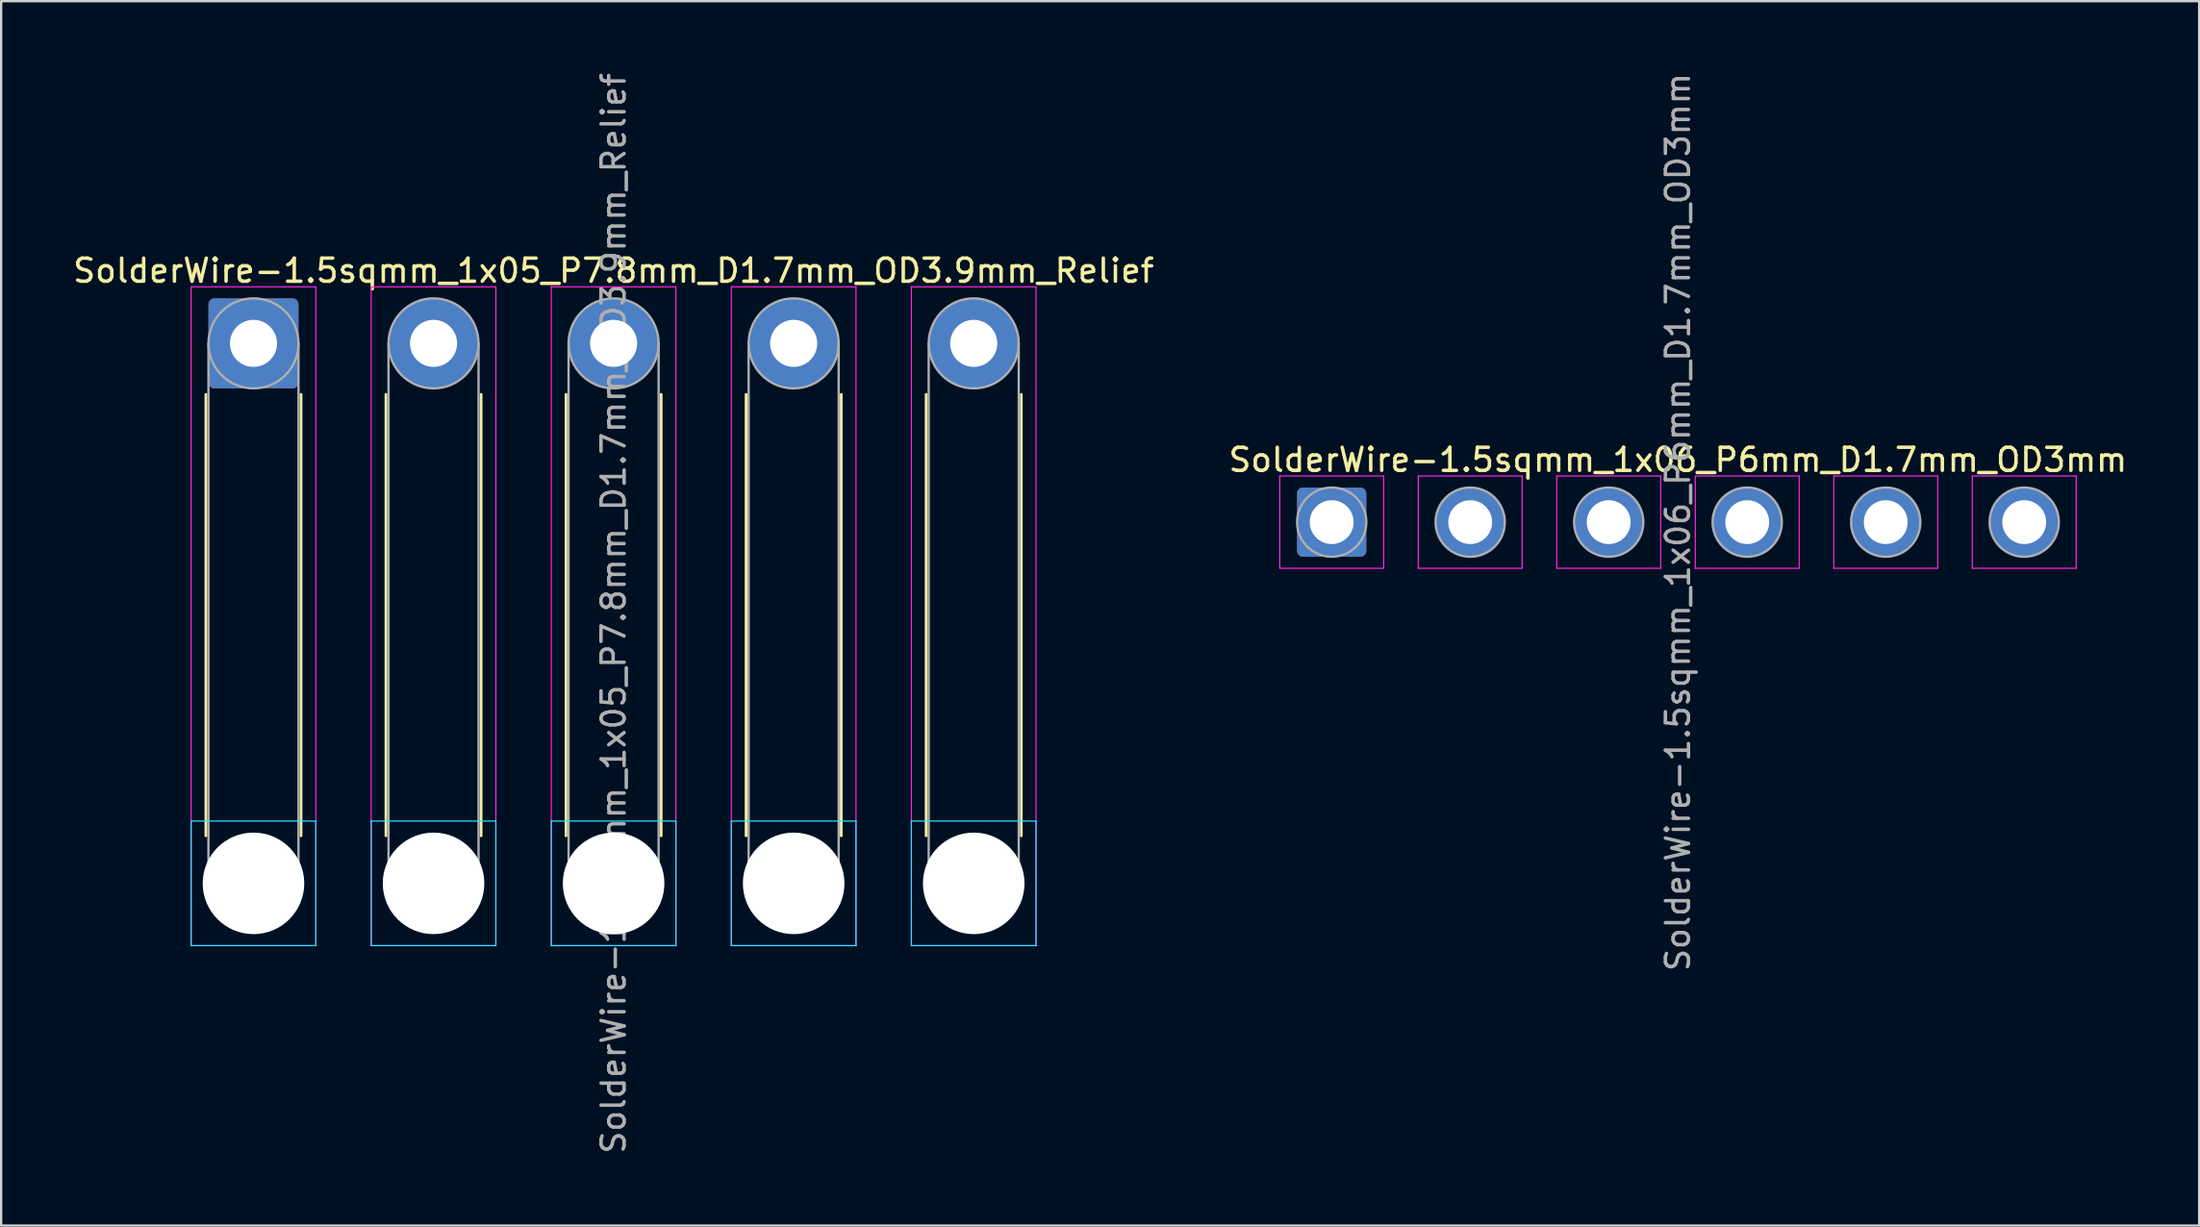
<source format=kicad_pcb>
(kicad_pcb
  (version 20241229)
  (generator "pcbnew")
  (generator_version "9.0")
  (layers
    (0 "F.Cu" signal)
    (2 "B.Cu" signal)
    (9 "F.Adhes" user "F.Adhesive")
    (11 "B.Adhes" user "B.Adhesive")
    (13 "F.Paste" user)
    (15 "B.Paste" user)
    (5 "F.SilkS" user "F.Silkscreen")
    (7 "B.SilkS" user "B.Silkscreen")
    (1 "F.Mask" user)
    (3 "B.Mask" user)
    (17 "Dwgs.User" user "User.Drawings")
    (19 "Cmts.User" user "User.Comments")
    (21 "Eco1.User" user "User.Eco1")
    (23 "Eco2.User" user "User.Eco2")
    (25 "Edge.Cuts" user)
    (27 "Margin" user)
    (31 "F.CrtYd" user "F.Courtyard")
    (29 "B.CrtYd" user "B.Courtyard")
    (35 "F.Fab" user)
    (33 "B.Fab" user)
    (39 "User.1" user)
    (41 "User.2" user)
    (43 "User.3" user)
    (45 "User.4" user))
  (footprint "SolderWire-1.5sqmm_1x05_P7.8mm_D1.7mm_OD3.9mm_Relief"
    (layer "F.Cu")
    (at 7.93 11.83)
    (property "Reference" "SolderWire-1.5sqmm_1x05_P7.8mm_D1.7mm_OD3.9mm_Relief" (at 15.6 -3.15 0) (layer "F.SilkS") (effects (font (size 1 1) (thickness 0.15))))
    (attr exclude_from_pos_files exclude_from_bom)
    (fp_line (start -2.06 2.21) (end -2.06 21.34) (stroke (width 0.12) (type solid)) (layer "F.SilkS"))
    (fp_line (start 2.06 2.21) (end 2.06 21.34) (stroke (width 0.12) (type solid)) (layer "F.SilkS"))
    (fp_line (start 5.74 2.21) (end 5.74 21.34) (stroke (width 0.12) (type solid)) (layer "F.SilkS"))
    (fp_line (start 9.86 2.21) (end 9.86 21.34) (stroke (width 0.12) (type solid)) (layer "F.SilkS"))
    (fp_line (start 13.54 2.21) (end 13.54 21.34) (stroke (width 0.12) (type solid)) (layer "F.SilkS"))
    (fp_line (start 17.66 2.21) (end 17.66 21.34) (stroke (width 0.12) (type solid)) (layer "F.SilkS"))
    (fp_line (start 21.34 2.21) (end 21.34 21.34) (stroke (width 0.12) (type solid)) (layer "F.SilkS"))
    (fp_line (start 25.46 2.21) (end 25.46 21.34) (stroke (width 0.12) (type solid)) (layer "F.SilkS"))
    (fp_line (start 29.14 2.21) (end 29.14 21.34) (stroke (width 0.12) (type solid)) (layer "F.SilkS"))
    (fp_line (start 33.26 2.21) (end 33.26 21.34) (stroke (width 0.12) (type solid)) (layer "F.SilkS"))
    (fp_line (start -2.7 20.7) (end -2.7 26.1) (stroke (width 0.05) (type solid)) (layer "B.CrtYd"))
    (fp_line (start -2.7 26.1) (end 2.7 26.1) (stroke (width 0.05) (type solid)) (layer "B.CrtYd"))
    (fp_line (start 2.7 20.7) (end -2.7 20.7) (stroke (width 0.05) (type solid)) (layer "B.CrtYd"))
    (fp_line (start 2.7 26.1) (end 2.7 20.7) (stroke (width 0.05) (type solid)) (layer "B.CrtYd"))
    (fp_line (start 5.1 20.7) (end 5.1 26.1) (stroke (width 0.05) (type solid)) (layer "B.CrtYd"))
    (fp_line (start 5.1 26.1) (end 10.5 26.1) (stroke (width 0.05) (type solid)) (layer "B.CrtYd"))
    (fp_line (start 10.5 20.7) (end 5.1 20.7) (stroke (width 0.05) (type solid)) (layer "B.CrtYd"))
    (fp_line (start 10.5 26.1) (end 10.5 20.7) (stroke (width 0.05) (type solid)) (layer "B.CrtYd"))
    (fp_line (start 12.9 20.7) (end 12.9 26.1) (stroke (width 0.05) (type solid)) (layer "B.CrtYd"))
    (fp_line (start 12.9 26.1) (end 18.3 26.1) (stroke (width 0.05) (type solid)) (layer "B.CrtYd"))
    (fp_line (start 18.3 20.7) (end 12.9 20.7) (stroke (width 0.05) (type solid)) (layer "B.CrtYd"))
    (fp_line (start 18.3 26.1) (end 18.3 20.7) (stroke (width 0.05) (type solid)) (layer "B.CrtYd"))
    (fp_line (start 20.7 20.7) (end 20.7 26.1) (stroke (width 0.05) (type solid)) (layer "B.CrtYd"))
    (fp_line (start 20.7 26.1) (end 26.1 26.1) (stroke (width 0.05) (type solid)) (layer "B.CrtYd"))
    (fp_line (start 26.1 20.7) (end 20.7 20.7) (stroke (width 0.05) (type solid)) (layer "B.CrtYd"))
    (fp_line (start 26.1 26.1) (end 26.1 20.7) (stroke (width 0.05) (type solid)) (layer "B.CrtYd"))
    (fp_line (start 28.5 20.7) (end 28.5 26.1) (stroke (width 0.05) (type solid)) (layer "B.CrtYd"))
    (fp_line (start 28.5 26.1) (end 33.9 26.1) (stroke (width 0.05) (type solid)) (layer "B.CrtYd"))
    (fp_line (start 33.9 20.7) (end 28.5 20.7) (stroke (width 0.05) (type solid)) (layer "B.CrtYd"))
    (fp_line (start 33.9 26.1) (end 33.9 20.7) (stroke (width 0.05) (type solid)) (layer "B.CrtYd"))
    (fp_line (start -2.7 -2.45) (end -2.7 26.1) (stroke (width 0.05) (type solid)) (layer "F.CrtYd"))
    (fp_line (start -2.7 26.1) (end 2.7 26.1) (stroke (width 0.05) (type solid)) (layer "F.CrtYd"))
    (fp_line (start 2.7 -2.45) (end -2.7 -2.45) (stroke (width 0.05) (type solid)) (layer "F.CrtYd"))
    (fp_line (start 2.7 26.1) (end 2.7 -2.45) (stroke (width 0.05) (type solid)) (layer "F.CrtYd"))
    (fp_line (start 5.1 -2.45) (end 5.1 26.1) (stroke (width 0.05) (type solid)) (layer "F.CrtYd"))
    (fp_line (start 5.1 26.1) (end 10.5 26.1) (stroke (width 0.05) (type solid)) (layer "F.CrtYd"))
    (fp_line (start 10.5 -2.45) (end 5.1 -2.45) (stroke (width 0.05) (type solid)) (layer "F.CrtYd"))
    (fp_line (start 10.5 26.1) (end 10.5 -2.45) (stroke (width 0.05) (type solid)) (layer "F.CrtYd"))
    (fp_line (start 12.9 -2.45) (end 12.9 26.1) (stroke (width 0.05) (type solid)) (layer "F.CrtYd"))
    (fp_line (start 12.9 26.1) (end 18.3 26.1) (stroke (width 0.05) (type solid)) (layer "F.CrtYd"))
    (fp_line (start 18.3 -2.45) (end 12.9 -2.45) (stroke (width 0.05) (type solid)) (layer "F.CrtYd"))
    (fp_line (start 18.3 26.1) (end 18.3 -2.45) (stroke (width 0.05) (type solid)) (layer "F.CrtYd"))
    (fp_line (start 20.7 -2.45) (end 20.7 26.1) (stroke (width 0.05) (type solid)) (layer "F.CrtYd"))
    (fp_line (start 20.7 26.1) (end 26.1 26.1) (stroke (width 0.05) (type solid)) (layer "F.CrtYd"))
    (fp_line (start 26.1 -2.45) (end 20.7 -2.45) (stroke (width 0.05) (type solid)) (layer "F.CrtYd"))
    (fp_line (start 26.1 26.1) (end 26.1 -2.45) (stroke (width 0.05) (type solid)) (layer "F.CrtYd"))
    (fp_line (start 28.5 -2.45) (end 28.5 26.1) (stroke (width 0.05) (type solid)) (layer "F.CrtYd"))
    (fp_line (start 28.5 26.1) (end 33.9 26.1) (stroke (width 0.05) (type solid)) (layer "F.CrtYd"))
    (fp_line (start 33.9 -2.45) (end 28.5 -2.45) (stroke (width 0.05) (type solid)) (layer "F.CrtYd"))
    (fp_line (start 33.9 26.1) (end 33.9 -2.45) (stroke (width 0.05) (type solid)) (layer "F.CrtYd"))
    (fp_line (start -1.95 0) (end -1.95 23.4) (stroke (width 0.1) (type solid)) (layer "F.Fab"))
    (fp_line (start 1.95 0) (end 1.95 23.4) (stroke (width 0.1) (type solid)) (layer "F.Fab"))
    (fp_line (start 5.85 0) (end 5.85 23.4) (stroke (width 0.1) (type solid)) (layer "F.Fab"))
    (fp_line (start 9.75 0) (end 9.75 23.4) (stroke (width 0.1) (type solid)) (layer "F.Fab"))
    (fp_line (start 13.65 0) (end 13.65 23.4) (stroke (width 0.1) (type solid)) (layer "F.Fab"))
    (fp_line (start 17.55 0) (end 17.55 23.4) (stroke (width 0.1) (type solid)) (layer "F.Fab"))
    (fp_line (start 21.45 0) (end 21.45 23.4) (stroke (width 0.1) (type solid)) (layer "F.Fab"))
    (fp_line (start 25.35 0) (end 25.35 23.4) (stroke (width 0.1) (type solid)) (layer "F.Fab"))
    (fp_line (start 29.25 0) (end 29.25 23.4) (stroke (width 0.1) (type solid)) (layer "F.Fab"))
    (fp_line (start 33.15 0) (end 33.15 23.4) (stroke (width 0.1) (type solid)) (layer "F.Fab"))
    (fp_circle (center 0 0) (end 1.95 0) (stroke (width 0.1) (type solid)) (fill no) (layer "F.Fab"))
    (fp_circle (center 0 23.4) (end 1.95 23.4) (stroke (width 0.1) (type solid)) (fill no) (layer "F.Fab"))
    (fp_circle (center 7.8 0) (end 9.75 0) (stroke (width 0.1) (type solid)) (fill no) (layer "F.Fab"))
    (fp_circle (center 7.8 23.4) (end 9.75 23.4) (stroke (width 0.1) (type solid)) (fill no) (layer "F.Fab"))
    (fp_circle (center 15.6 0) (end 17.55 0) (stroke (width 0.1) (type solid)) (fill no) (layer "F.Fab"))
    (fp_circle (center 15.6 23.4) (end 17.55 23.4) (stroke (width 0.1) (type solid)) (fill no) (layer "F.Fab"))
    (fp_circle (center 23.4 0) (end 25.35 0) (stroke (width 0.1) (type solid)) (fill no) (layer "F.Fab"))
    (fp_circle (center 23.4 23.4) (end 25.35 23.4) (stroke (width 0.1) (type solid)) (fill no) (layer "F.Fab"))
    (fp_circle (center 31.2 0) (end 33.15 0) (stroke (width 0.1) (type solid)) (fill no) (layer "F.Fab"))
    (fp_circle (center 31.2 23.4) (end 33.15 23.4) (stroke (width 0.1) (type solid)) (fill no) (layer "F.Fab"))
    (fp_text user "${REFERENCE}" (at 15.6 11.7 90) (layer "F.Fab") (effects (font (size 1 1) (thickness 0.15))))
    (pad "" np_thru_hole circle (at 0 23.4) (size 4.4 4.4) (drill 4.4) (layers "*.Cu" "*.Mask"))
    (pad "" np_thru_hole circle (at 7.8 23.4) (size 4.4 4.4) (drill 4.4) (layers "*.Cu" "*.Mask"))
    (pad "" np_thru_hole circle (at 15.6 23.4) (size 4.4 4.4) (drill 4.4) (layers "*.Cu" "*.Mask"))
    (pad "" np_thru_hole circle (at 23.4 23.4) (size 4.4 4.4) (drill 4.4) (layers "*.Cu" "*.Mask"))
    (pad "" np_thru_hole circle (at 31.2 23.4) (size 4.4 4.4) (drill 4.4) (layers "*.Cu" "*.Mask"))
    (pad "1" thru_hole roundrect (at 0 0) (size 3.9 3.9) (drill 2.04) (layers "*.Cu" "*.Mask") (roundrect_rratio 0.064))
    (pad "2" thru_hole circle (at 7.8 0) (size 3.9 3.9) (drill 2.04) (layers "*.Cu" "*.Mask"))
    (pad "3" thru_hole circle (at 15.6 0) (size 3.9 3.9) (drill 2.04) (layers "*.Cu" "*.Mask"))
    (pad "4" thru_hole circle (at 23.4 0) (size 3.9 3.9) (drill 2.04) (layers "*.Cu" "*.Mask"))
    (pad "5" thru_hole circle (at 31.2 0) (size 3.9 3.9) (drill 2.04) (layers "*.Cu" "*.Mask")))
  (footprint "SolderWire-1.5sqmm_1x06_P6mm_D1.7mm_OD3mm"
    (layer "F.Cu")
    (at 54.637 19.577)
    (property "Reference" "SolderWire-1.5sqmm_1x06_P6mm_D1.7mm_OD3mm" (at 15 -2.7 0) (layer "F.SilkS") (effects (font (size 1 1) (thickness 0.15))))
    (attr exclude_from_pos_files exclude_from_bom)
    (fp_line (start -2.25 -2) (end -2.25 2) (stroke (width 0.05) (type solid)) (layer "F.CrtYd"))
    (fp_line (start -2.25 2) (end 2.25 2) (stroke (width 0.05) (type solid)) (layer "F.CrtYd"))
    (fp_line (start 2.25 -2) (end -2.25 -2) (stroke (width 0.05) (type solid)) (layer "F.CrtYd"))
    (fp_line (start 2.25 2) (end 2.25 -2) (stroke (width 0.05) (type solid)) (layer "F.CrtYd"))
    (fp_line (start 3.75 -2) (end 3.75 2) (stroke (width 0.05) (type solid)) (layer "F.CrtYd"))
    (fp_line (start 3.75 2) (end 8.25 2) (stroke (width 0.05) (type solid)) (layer "F.CrtYd"))
    (fp_line (start 8.25 -2) (end 3.75 -2) (stroke (width 0.05) (type solid)) (layer "F.CrtYd"))
    (fp_line (start 8.25 2) (end 8.25 -2) (stroke (width 0.05) (type solid)) (layer "F.CrtYd"))
    (fp_line (start 9.75 -2) (end 9.75 2) (stroke (width 0.05) (type solid)) (layer "F.CrtYd"))
    (fp_line (start 9.75 2) (end 14.25 2) (stroke (width 0.05) (type solid)) (layer "F.CrtYd"))
    (fp_line (start 14.25 -2) (end 9.75 -2) (stroke (width 0.05) (type solid)) (layer "F.CrtYd"))
    (fp_line (start 14.25 2) (end 14.25 -2) (stroke (width 0.05) (type solid)) (layer "F.CrtYd"))
    (fp_line (start 15.75 -2) (end 15.75 2) (stroke (width 0.05) (type solid)) (layer "F.CrtYd"))
    (fp_line (start 15.75 2) (end 20.25 2) (stroke (width 0.05) (type solid)) (layer "F.CrtYd"))
    (fp_line (start 20.25 -2) (end 15.75 -2) (stroke (width 0.05) (type solid)) (layer "F.CrtYd"))
    (fp_line (start 20.25 2) (end 20.25 -2) (stroke (width 0.05) (type solid)) (layer "F.CrtYd"))
    (fp_line (start 21.75 -2) (end 21.75 2) (stroke (width 0.05) (type solid)) (layer "F.CrtYd"))
    (fp_line (start 21.75 2) (end 26.25 2) (stroke (width 0.05) (type solid)) (layer "F.CrtYd"))
    (fp_line (start 26.25 -2) (end 21.75 -2) (stroke (width 0.05) (type solid)) (layer "F.CrtYd"))
    (fp_line (start 26.25 2) (end 26.25 -2) (stroke (width 0.05) (type solid)) (layer "F.CrtYd"))
    (fp_line (start 27.75 -2) (end 27.75 2) (stroke (width 0.05) (type solid)) (layer "F.CrtYd"))
    (fp_line (start 27.75 2) (end 32.25 2) (stroke (width 0.05) (type solid)) (layer "F.CrtYd"))
    (fp_line (start 32.25 -2) (end 27.75 -2) (stroke (width 0.05) (type solid)) (layer "F.CrtYd"))
    (fp_line (start 32.25 2) (end 32.25 -2) (stroke (width 0.05) (type solid)) (layer "F.CrtYd"))
    (fp_circle (center 0 0) (end 1.5 0) (stroke (width 0.1) (type solid)) (fill no) (layer "F.Fab"))
    (fp_circle (center 6 0) (end 7.5 0) (stroke (width 0.1) (type solid)) (fill no) (layer "F.Fab"))
    (fp_circle (center 12 0) (end 13.5 0) (stroke (width 0.1) (type solid)) (fill no) (layer "F.Fab"))
    (fp_circle (center 18 0) (end 19.5 0) (stroke (width 0.1) (type solid)) (fill no) (layer "F.Fab"))
    (fp_circle (center 24 0) (end 25.5 0) (stroke (width 0.1) (type solid)) (fill no) (layer "F.Fab"))
    (fp_circle (center 30 0) (end 31.5 0) (stroke (width 0.1) (type solid)) (fill no) (layer "F.Fab"))
    (fp_text user "${REFERENCE}" (at 15 0 90) (layer "F.Fab") (effects (font (size 1 1) (thickness 0.15))))
    (pad "1" thru_hole roundrect (at 0 0) (size 3 3) (drill 1.9) (layers "*.Cu" "*.Mask") (roundrect_rratio 0.083))
    (pad "2" thru_hole circle (at 6 0) (size 3 3) (drill 1.9) (layers "*.Cu" "*.Mask"))
    (pad "3" thru_hole circle (at 12 0) (size 3 3) (drill 1.9) (layers "*.Cu" "*.Mask"))
    (pad "4" thru_hole circle (at 18 0) (size 3 3) (drill 1.9) (layers "*.Cu" "*.Mask"))
    (pad "5" thru_hole circle (at 24 0) (size 3 3) (drill 1.9) (layers "*.Cu" "*.Mask"))
    (pad "6" thru_hole circle (at 30 0) (size 3 3) (drill 1.9) (layers "*.Cu" "*.Mask")))
  (gr_rect
    (start -3 -3)
    (end 92.214 50.06)
    (stroke (width 0.1) (type default))
    (fill no)
    (layer "Edge.Cuts")))
</source>
